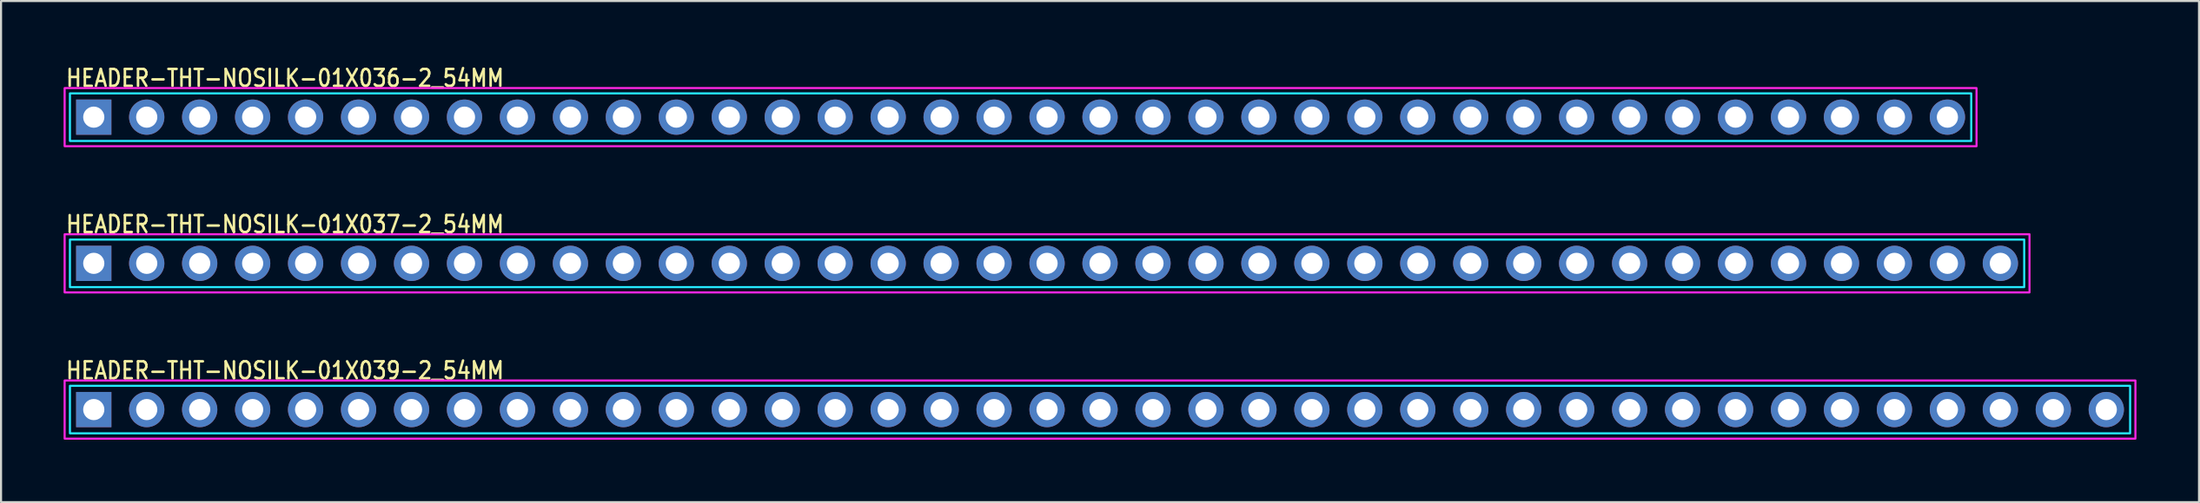
<source format=kicad_pcb>
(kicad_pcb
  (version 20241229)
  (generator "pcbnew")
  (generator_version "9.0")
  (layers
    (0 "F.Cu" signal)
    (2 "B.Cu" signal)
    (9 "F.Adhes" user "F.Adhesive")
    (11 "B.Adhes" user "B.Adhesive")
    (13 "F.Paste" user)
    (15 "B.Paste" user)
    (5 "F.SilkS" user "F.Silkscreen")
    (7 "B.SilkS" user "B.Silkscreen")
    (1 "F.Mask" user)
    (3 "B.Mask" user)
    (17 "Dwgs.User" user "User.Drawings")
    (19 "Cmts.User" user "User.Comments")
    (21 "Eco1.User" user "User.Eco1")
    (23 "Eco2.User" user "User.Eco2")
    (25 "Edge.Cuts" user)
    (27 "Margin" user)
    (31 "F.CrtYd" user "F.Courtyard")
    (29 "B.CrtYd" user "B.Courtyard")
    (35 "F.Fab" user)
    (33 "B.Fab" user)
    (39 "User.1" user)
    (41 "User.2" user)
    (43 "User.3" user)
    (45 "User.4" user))
  (footprint "HEADER-THT-NOSILK-01X039-2_54MM"
    (layer "F.Cu")
    (at 1.447 16.63)
    (property "Reference" "HEADER-THT-NOSILK-01X039-2_54MM" (at -1.4 -1.4 0) (unlocked yes) (layer "F.SilkS") (effects (font (size 0.813 0.695) (thickness 0.122)) (justify left bottom)))
    (fp_poly (pts (xy -1.143 -1.143) (xy 97.663 -1.143) (xy 97.663 1.143) (xy -1.143 1.143)) (stroke (width 0.1) (type solid)) (fill no) (layer "B.CrtYd"))
    (fp_poly (pts (xy -1.397 -1.397) (xy 97.917 -1.397) (xy 97.917 1.397) (xy -1.397 1.397)) (stroke (width 0.1) (type solid)) (fill no) (layer "F.CrtYd"))
    (pad "P$1" thru_hole rect (at 0 0) (size 1.693 1.693) (drill 1.016) (layers "*.Cu" "*.Mask"))
    (pad "P$2" thru_hole oval (at 2.54 0) (size 1.693 1.693) (drill 1.016) (layers "*.Cu" "*.Mask"))
    (pad "P$3" thru_hole oval (at 5.08 0) (size 1.693 1.693) (drill 1.016) (layers "*.Cu" "*.Mask"))
    (pad "P$4" thru_hole oval (at 7.62 0) (size 1.693 1.693) (drill 1.016) (layers "*.Cu" "*.Mask"))
    (pad "P$5" thru_hole oval (at 10.16 0) (size 1.693 1.693) (drill 1.016) (layers "*.Cu" "*.Mask"))
    (pad "P$6" thru_hole oval (at 12.7 0) (size 1.693 1.693) (drill 1.016) (layers "*.Cu" "*.Mask"))
    (pad "P$7" thru_hole oval (at 15.24 0) (size 1.693 1.693) (drill 1.016) (layers "*.Cu" "*.Mask"))
    (pad "P$8" thru_hole oval (at 17.78 0) (size 1.693 1.693) (drill 1.016) (layers "*.Cu" "*.Mask"))
    (pad "P$9" thru_hole oval (at 20.32 0) (size 1.693 1.693) (drill 1.016) (layers "*.Cu" "*.Mask"))
    (pad "P$10" thru_hole oval (at 22.86 0) (size 1.693 1.693) (drill 1.016) (layers "*.Cu" "*.Mask"))
    (pad "P$11" thru_hole oval (at 25.4 0) (size 1.693 1.693) (drill 1.016) (layers "*.Cu" "*.Mask"))
    (pad "P$12" thru_hole oval (at 27.94 0) (size 1.693 1.693) (drill 1.016) (layers "*.Cu" "*.Mask"))
    (pad "P$13" thru_hole oval (at 30.48 0) (size 1.693 1.693) (drill 1.016) (layers "*.Cu" "*.Mask"))
    (pad "P$14" thru_hole oval (at 33.02 0) (size 1.693 1.693) (drill 1.016) (layers "*.Cu" "*.Mask"))
    (pad "P$15" thru_hole oval (at 35.56 0) (size 1.693 1.693) (drill 1.016) (layers "*.Cu" "*.Mask"))
    (pad "P$16" thru_hole oval (at 38.1 0) (size 1.693 1.693) (drill 1.016) (layers "*.Cu" "*.Mask"))
    (pad "P$17" thru_hole oval (at 40.64 0) (size 1.693 1.693) (drill 1.016) (layers "*.Cu" "*.Mask"))
    (pad "P$18" thru_hole oval (at 43.18 0) (size 1.693 1.693) (drill 1.016) (layers "*.Cu" "*.Mask"))
    (pad "P$19" thru_hole oval (at 45.72 0) (size 1.693 1.693) (drill 1.016) (layers "*.Cu" "*.Mask"))
    (pad "P$20" thru_hole oval (at 48.26 0) (size 1.693 1.693) (drill 1.016) (layers "*.Cu" "*.Mask"))
    (pad "P$21" thru_hole oval (at 50.8 0) (size 1.693 1.693) (drill 1.016) (layers "*.Cu" "*.Mask"))
    (pad "P$22" thru_hole oval (at 53.34 0) (size 1.693 1.693) (drill 1.016) (layers "*.Cu" "*.Mask"))
    (pad "P$23" thru_hole oval (at 55.88 0) (size 1.693 1.693) (drill 1.016) (layers "*.Cu" "*.Mask"))
    (pad "P$24" thru_hole oval (at 58.42 0) (size 1.693 1.693) (drill 1.016) (layers "*.Cu" "*.Mask"))
    (pad "P$25" thru_hole oval (at 60.96 0) (size 1.693 1.693) (drill 1.016) (layers "*.Cu" "*.Mask"))
    (pad "P$26" thru_hole oval (at 63.5 0) (size 1.693 1.693) (drill 1.016) (layers "*.Cu" "*.Mask"))
    (pad "P$27" thru_hole oval (at 66.04 0) (size 1.693 1.693) (drill 1.016) (layers "*.Cu" "*.Mask"))
    (pad "P$28" thru_hole oval (at 68.58 0) (size 1.693 1.693) (drill 1.016) (layers "*.Cu" "*.Mask"))
    (pad "P$29" thru_hole oval (at 71.12 0) (size 1.693 1.693) (drill 1.016) (layers "*.Cu" "*.Mask"))
    (pad "P$30" thru_hole oval (at 73.66 0) (size 1.693 1.693) (drill 1.016) (layers "*.Cu" "*.Mask"))
    (pad "P$31" thru_hole oval (at 76.2 0) (size 1.693 1.693) (drill 1.016) (layers "*.Cu" "*.Mask"))
    (pad "P$32" thru_hole oval (at 78.74 0) (size 1.693 1.693) (drill 1.016) (layers "*.Cu" "*.Mask"))
    (pad "P$33" thru_hole oval (at 81.28 0) (size 1.693 1.693) (drill 1.016) (layers "*.Cu" "*.Mask"))
    (pad "P$34" thru_hole oval (at 83.82 0) (size 1.693 1.693) (drill 1.016) (layers "*.Cu" "*.Mask"))
    (pad "P$35" thru_hole oval (at 86.36 0) (size 1.693 1.693) (drill 1.016) (layers "*.Cu" "*.Mask"))
    (pad "P$36" thru_hole oval (at 88.9 0) (size 1.693 1.693) (drill 1.016) (layers "*.Cu" "*.Mask"))
    (pad "P$37" thru_hole oval (at 91.44 0) (size 1.693 1.693) (drill 1.016) (layers "*.Cu" "*.Mask"))
    (pad "P$38" thru_hole oval (at 93.98 0) (size 1.693 1.693) (drill 1.016) (layers "*.Cu" "*.Mask"))
    (pad "P$39" thru_hole oval (at 96.52 0) (size 1.693 1.693) (drill 1.016) (layers "*.Cu" "*.Mask")))
  (footprint "HEADER-THT-NOSILK-01X036-2_54MM"
    (layer "F.Cu")
    (at 1.447 2.579)
    (property "Reference" "HEADER-THT-NOSILK-01X036-2_54MM" (at -1.4 -1.4 0) (unlocked yes) (layer "F.SilkS") (effects (font (size 0.813 0.695) (thickness 0.122)) (justify left bottom)))
    (fp_poly (pts (xy -1.143 -1.143) (xy 90.043 -1.143) (xy 90.043 1.143) (xy -1.143 1.143)) (stroke (width 0.1) (type solid)) (fill no) (layer "B.CrtYd"))
    (fp_poly (pts (xy -1.397 -1.397) (xy 90.297 -1.397) (xy 90.297 1.397) (xy -1.397 1.397)) (stroke (width 0.1) (type solid)) (fill no) (layer "F.CrtYd"))
    (pad "P$1" thru_hole rect (at 0 0) (size 1.693 1.693) (drill 1.016) (layers "*.Cu" "*.Mask"))
    (pad "P$2" thru_hole oval (at 2.54 0) (size 1.693 1.693) (drill 1.016) (layers "*.Cu" "*.Mask"))
    (pad "P$3" thru_hole oval (at 5.08 0) (size 1.693 1.693) (drill 1.016) (layers "*.Cu" "*.Mask"))
    (pad "P$4" thru_hole oval (at 7.62 0) (size 1.693 1.693) (drill 1.016) (layers "*.Cu" "*.Mask"))
    (pad "P$5" thru_hole oval (at 10.16 0) (size 1.693 1.693) (drill 1.016) (layers "*.Cu" "*.Mask"))
    (pad "P$6" thru_hole oval (at 12.7 0) (size 1.693 1.693) (drill 1.016) (layers "*.Cu" "*.Mask"))
    (pad "P$7" thru_hole oval (at 15.24 0) (size 1.693 1.693) (drill 1.016) (layers "*.Cu" "*.Mask"))
    (pad "P$8" thru_hole oval (at 17.78 0) (size 1.693 1.693) (drill 1.016) (layers "*.Cu" "*.Mask"))
    (pad "P$9" thru_hole oval (at 20.32 0) (size 1.693 1.693) (drill 1.016) (layers "*.Cu" "*.Mask"))
    (pad "P$10" thru_hole oval (at 22.86 0) (size 1.693 1.693) (drill 1.016) (layers "*.Cu" "*.Mask"))
    (pad "P$11" thru_hole oval (at 25.4 0) (size 1.693 1.693) (drill 1.016) (layers "*.Cu" "*.Mask"))
    (pad "P$12" thru_hole oval (at 27.94 0) (size 1.693 1.693) (drill 1.016) (layers "*.Cu" "*.Mask"))
    (pad "P$13" thru_hole oval (at 30.48 0) (size 1.693 1.693) (drill 1.016) (layers "*.Cu" "*.Mask"))
    (pad "P$14" thru_hole oval (at 33.02 0) (size 1.693 1.693) (drill 1.016) (layers "*.Cu" "*.Mask"))
    (pad "P$15" thru_hole oval (at 35.56 0) (size 1.693 1.693) (drill 1.016) (layers "*.Cu" "*.Mask"))
    (pad "P$16" thru_hole oval (at 38.1 0) (size 1.693 1.693) (drill 1.016) (layers "*.Cu" "*.Mask"))
    (pad "P$17" thru_hole oval (at 40.64 0) (size 1.693 1.693) (drill 1.016) (layers "*.Cu" "*.Mask"))
    (pad "P$18" thru_hole oval (at 43.18 0) (size 1.693 1.693) (drill 1.016) (layers "*.Cu" "*.Mask"))
    (pad "P$19" thru_hole oval (at 45.72 0) (size 1.693 1.693) (drill 1.016) (layers "*.Cu" "*.Mask"))
    (pad "P$20" thru_hole oval (at 48.26 0) (size 1.693 1.693) (drill 1.016) (layers "*.Cu" "*.Mask"))
    (pad "P$21" thru_hole oval (at 50.8 0) (size 1.693 1.693) (drill 1.016) (layers "*.Cu" "*.Mask"))
    (pad "P$22" thru_hole oval (at 53.34 0) (size 1.693 1.693) (drill 1.016) (layers "*.Cu" "*.Mask"))
    (pad "P$23" thru_hole oval (at 55.88 0) (size 1.693 1.693) (drill 1.016) (layers "*.Cu" "*.Mask"))
    (pad "P$24" thru_hole oval (at 58.42 0) (size 1.693 1.693) (drill 1.016) (layers "*.Cu" "*.Mask"))
    (pad "P$25" thru_hole oval (at 60.96 0) (size 1.693 1.693) (drill 1.016) (layers "*.Cu" "*.Mask"))
    (pad "P$26" thru_hole oval (at 63.5 0) (size 1.693 1.693) (drill 1.016) (layers "*.Cu" "*.Mask"))
    (pad "P$27" thru_hole oval (at 66.04 0) (size 1.693 1.693) (drill 1.016) (layers "*.Cu" "*.Mask"))
    (pad "P$28" thru_hole oval (at 68.58 0) (size 1.693 1.693) (drill 1.016) (layers "*.Cu" "*.Mask"))
    (pad "P$29" thru_hole oval (at 71.12 0) (size 1.693 1.693) (drill 1.016) (layers "*.Cu" "*.Mask"))
    (pad "P$30" thru_hole oval (at 73.66 0) (size 1.693 1.693) (drill 1.016) (layers "*.Cu" "*.Mask"))
    (pad "P$31" thru_hole oval (at 76.2 0) (size 1.693 1.693) (drill 1.016) (layers "*.Cu" "*.Mask"))
    (pad "P$32" thru_hole oval (at 78.74 0) (size 1.693 1.693) (drill 1.016) (layers "*.Cu" "*.Mask"))
    (pad "P$33" thru_hole oval (at 81.28 0) (size 1.693 1.693) (drill 1.016) (layers "*.Cu" "*.Mask"))
    (pad "P$34" thru_hole oval (at 83.82 0) (size 1.693 1.693) (drill 1.016) (layers "*.Cu" "*.Mask"))
    (pad "P$35" thru_hole oval (at 86.36 0) (size 1.693 1.693) (drill 1.016) (layers "*.Cu" "*.Mask"))
    (pad "P$36" thru_hole oval (at 88.9 0) (size 1.693 1.693) (drill 1.016) (layers "*.Cu" "*.Mask")))
  (footprint "HEADER-THT-NOSILK-01X037-2_54MM"
    (layer "F.Cu")
    (at 1.447 9.604)
    (property "Reference" "HEADER-THT-NOSILK-01X037-2_54MM" (at -1.4 -1.4 0) (unlocked yes) (layer "F.SilkS") (effects (font (size 0.813 0.695) (thickness 0.122)) (justify left bottom)))
    (fp_poly (pts (xy -1.143 -1.143) (xy 92.583 -1.143) (xy 92.583 1.143) (xy -1.143 1.143)) (stroke (width 0.1) (type solid)) (fill no) (layer "B.CrtYd"))
    (fp_poly (pts (xy -1.397 -1.397) (xy 92.837 -1.397) (xy 92.837 1.397) (xy -1.397 1.397)) (stroke (width 0.1) (type solid)) (fill no) (layer "F.CrtYd"))
    (pad "P$1" thru_hole rect (at 0 0) (size 1.693 1.693) (drill 1.016) (layers "*.Cu" "*.Mask"))
    (pad "P$2" thru_hole oval (at 2.54 0) (size 1.693 1.693) (drill 1.016) (layers "*.Cu" "*.Mask"))
    (pad "P$3" thru_hole oval (at 5.08 0) (size 1.693 1.693) (drill 1.016) (layers "*.Cu" "*.Mask"))
    (pad "P$4" thru_hole oval (at 7.62 0) (size 1.693 1.693) (drill 1.016) (layers "*.Cu" "*.Mask"))
    (pad "P$5" thru_hole oval (at 10.16 0) (size 1.693 1.693) (drill 1.016) (layers "*.Cu" "*.Mask"))
    (pad "P$6" thru_hole oval (at 12.7 0) (size 1.693 1.693) (drill 1.016) (layers "*.Cu" "*.Mask"))
    (pad "P$7" thru_hole oval (at 15.24 0) (size 1.693 1.693) (drill 1.016) (layers "*.Cu" "*.Mask"))
    (pad "P$8" thru_hole oval (at 17.78 0) (size 1.693 1.693) (drill 1.016) (layers "*.Cu" "*.Mask"))
    (pad "P$9" thru_hole oval (at 20.32 0) (size 1.693 1.693) (drill 1.016) (layers "*.Cu" "*.Mask"))
    (pad "P$10" thru_hole oval (at 22.86 0) (size 1.693 1.693) (drill 1.016) (layers "*.Cu" "*.Mask"))
    (pad "P$11" thru_hole oval (at 25.4 0) (size 1.693 1.693) (drill 1.016) (layers "*.Cu" "*.Mask"))
    (pad "P$12" thru_hole oval (at 27.94 0) (size 1.693 1.693) (drill 1.016) (layers "*.Cu" "*.Mask"))
    (pad "P$13" thru_hole oval (at 30.48 0) (size 1.693 1.693) (drill 1.016) (layers "*.Cu" "*.Mask"))
    (pad "P$14" thru_hole oval (at 33.02 0) (size 1.693 1.693) (drill 1.016) (layers "*.Cu" "*.Mask"))
    (pad "P$15" thru_hole oval (at 35.56 0) (size 1.693 1.693) (drill 1.016) (layers "*.Cu" "*.Mask"))
    (pad "P$16" thru_hole oval (at 38.1 0) (size 1.693 1.693) (drill 1.016) (layers "*.Cu" "*.Mask"))
    (pad "P$17" thru_hole oval (at 40.64 0) (size 1.693 1.693) (drill 1.016) (layers "*.Cu" "*.Mask"))
    (pad "P$18" thru_hole oval (at 43.18 0) (size 1.693 1.693) (drill 1.016) (layers "*.Cu" "*.Mask"))
    (pad "P$19" thru_hole oval (at 45.72 0) (size 1.693 1.693) (drill 1.016) (layers "*.Cu" "*.Mask"))
    (pad "P$20" thru_hole oval (at 48.26 0) (size 1.693 1.693) (drill 1.016) (layers "*.Cu" "*.Mask"))
    (pad "P$21" thru_hole oval (at 50.8 0) (size 1.693 1.693) (drill 1.016) (layers "*.Cu" "*.Mask"))
    (pad "P$22" thru_hole oval (at 53.34 0) (size 1.693 1.693) (drill 1.016) (layers "*.Cu" "*.Mask"))
    (pad "P$23" thru_hole oval (at 55.88 0) (size 1.693 1.693) (drill 1.016) (layers "*.Cu" "*.Mask"))
    (pad "P$24" thru_hole oval (at 58.42 0) (size 1.693 1.693) (drill 1.016) (layers "*.Cu" "*.Mask"))
    (pad "P$25" thru_hole oval (at 60.96 0) (size 1.693 1.693) (drill 1.016) (layers "*.Cu" "*.Mask"))
    (pad "P$26" thru_hole oval (at 63.5 0) (size 1.693 1.693) (drill 1.016) (layers "*.Cu" "*.Mask"))
    (pad "P$27" thru_hole oval (at 66.04 0) (size 1.693 1.693) (drill 1.016) (layers "*.Cu" "*.Mask"))
    (pad "P$28" thru_hole oval (at 68.58 0) (size 1.693 1.693) (drill 1.016) (layers "*.Cu" "*.Mask"))
    (pad "P$29" thru_hole oval (at 71.12 0) (size 1.693 1.693) (drill 1.016) (layers "*.Cu" "*.Mask"))
    (pad "P$30" thru_hole oval (at 73.66 0) (size 1.693 1.693) (drill 1.016) (layers "*.Cu" "*.Mask"))
    (pad "P$31" thru_hole oval (at 76.2 0) (size 1.693 1.693) (drill 1.016) (layers "*.Cu" "*.Mask"))
    (pad "P$32" thru_hole oval (at 78.74 0) (size 1.693 1.693) (drill 1.016) (layers "*.Cu" "*.Mask"))
    (pad "P$33" thru_hole oval (at 81.28 0) (size 1.693 1.693) (drill 1.016) (layers "*.Cu" "*.Mask"))
    (pad "P$34" thru_hole oval (at 83.82 0) (size 1.693 1.693) (drill 1.016) (layers "*.Cu" "*.Mask"))
    (pad "P$35" thru_hole oval (at 86.36 0) (size 1.693 1.693) (drill 1.016) (layers "*.Cu" "*.Mask"))
    (pad "P$36" thru_hole oval (at 88.9 0) (size 1.693 1.693) (drill 1.016) (layers "*.Cu" "*.Mask"))
    (pad "P$37" thru_hole oval (at 91.44 0) (size 1.693 1.693) (drill 1.016) (layers "*.Cu" "*.Mask")))
  (gr_rect
    (start -3 -3)
    (end 102.414 21.077)
    (stroke (width 0.1) (type default))
    (fill no)
    (layer "Edge.Cuts")))
</source>
